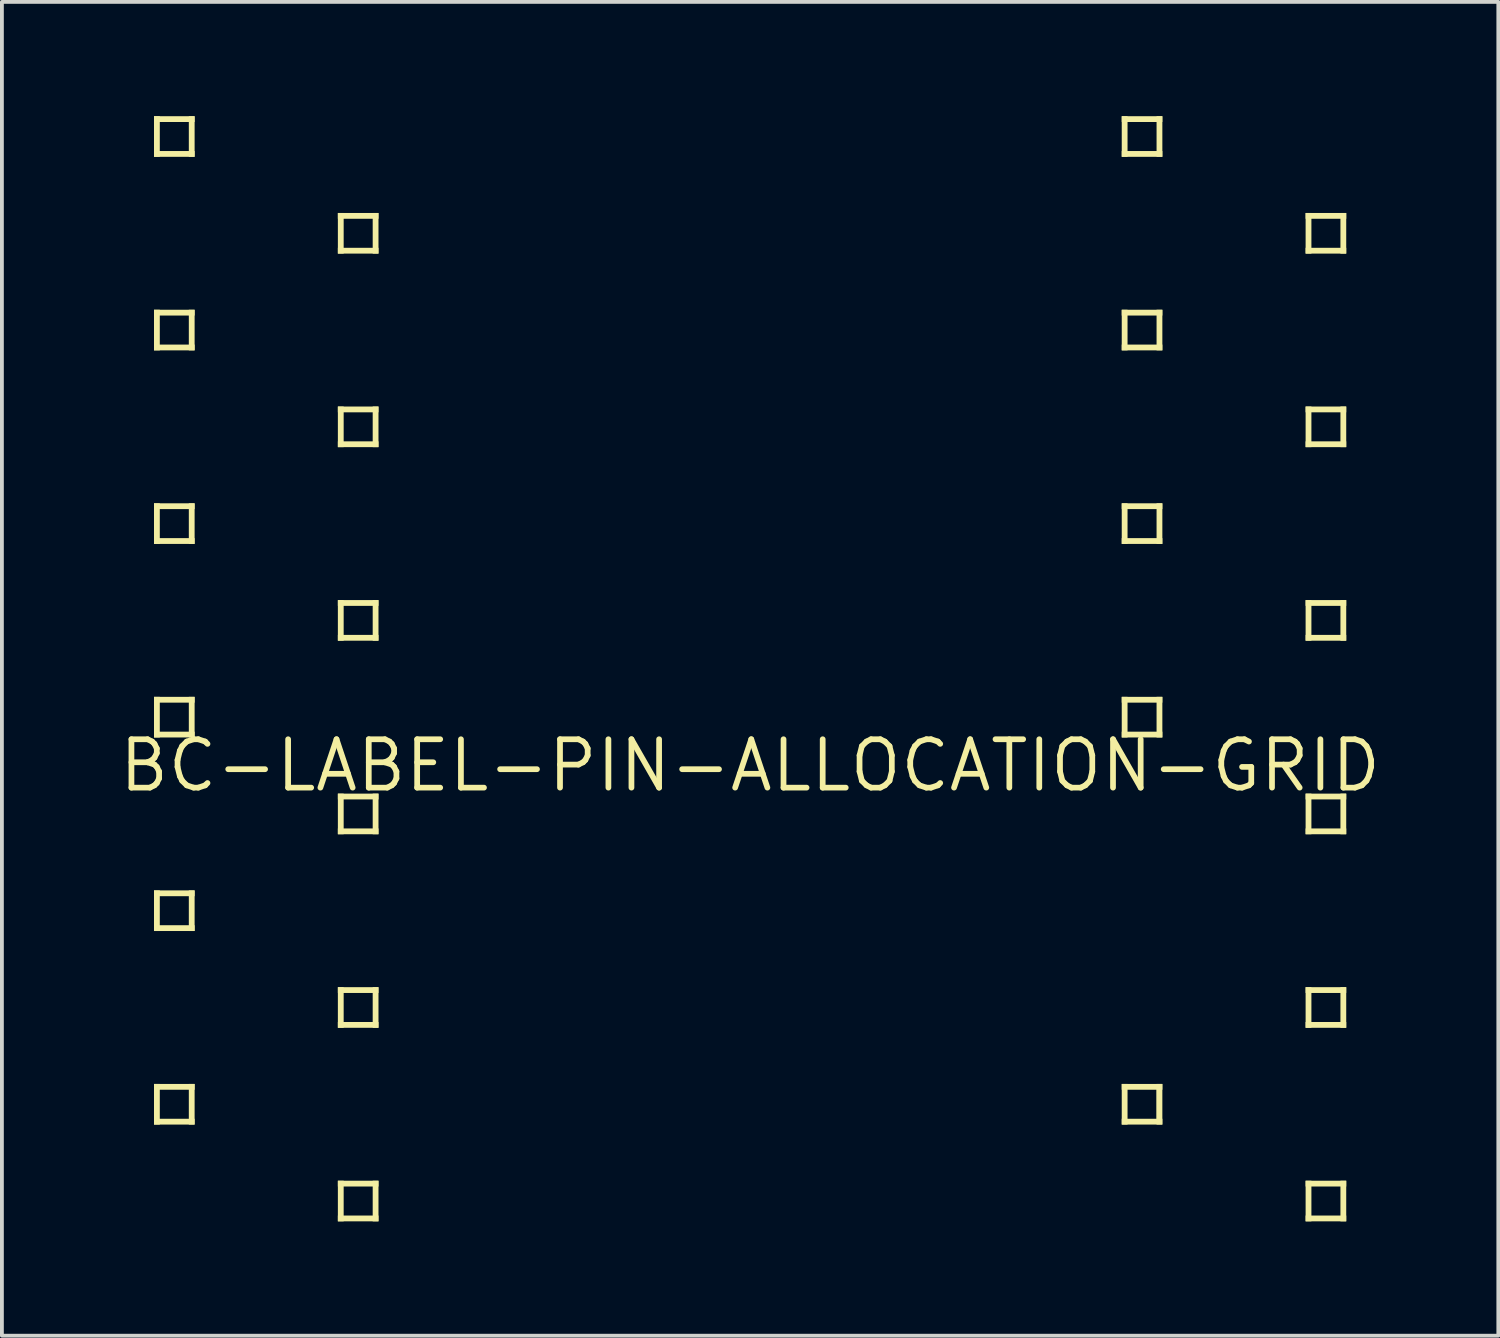
<source format=kicad_pcb>
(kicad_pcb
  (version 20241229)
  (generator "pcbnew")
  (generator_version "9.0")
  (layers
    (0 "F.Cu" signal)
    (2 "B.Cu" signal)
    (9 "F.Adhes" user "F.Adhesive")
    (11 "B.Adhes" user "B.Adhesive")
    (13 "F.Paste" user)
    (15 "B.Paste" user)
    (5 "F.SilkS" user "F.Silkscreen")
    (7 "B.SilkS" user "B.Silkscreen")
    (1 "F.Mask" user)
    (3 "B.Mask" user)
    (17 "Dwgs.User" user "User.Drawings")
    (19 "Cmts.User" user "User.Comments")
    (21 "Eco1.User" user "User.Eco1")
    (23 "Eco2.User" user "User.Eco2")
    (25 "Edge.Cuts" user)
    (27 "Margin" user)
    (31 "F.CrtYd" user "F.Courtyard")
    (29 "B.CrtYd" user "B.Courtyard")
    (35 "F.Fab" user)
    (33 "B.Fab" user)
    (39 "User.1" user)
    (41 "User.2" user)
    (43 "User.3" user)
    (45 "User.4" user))
  (footprint "BC-LABEL-PIN-ALLOCATION-GRID"
    (layer "F.Cu")
    (at 16.638 17.043)
    (property "Reference" "BC-LABEL-PIN-ALLOCATION-GRID" (at 0 0 0) (unlocked yes) (layer "F.SilkS") (effects (font (size 1.27 1.27) (thickness 0.15))))
    (fp_poly (pts (xy -15.494 -17.043) (xy -15.646 -17.043) (xy -15.646 -15.977) (xy -15.494 -15.977)) (stroke (width 0) (type default)) (fill yes) (layer "F.SilkS"))
    (fp_poly (pts (xy -15.494 -11.963) (xy -15.646 -11.963) (xy -15.646 -10.897) (xy -15.494 -10.897)) (stroke (width 0) (type default)) (fill yes) (layer "F.SilkS"))
    (fp_poly (pts (xy -15.494 -6.883) (xy -15.646 -6.883) (xy -15.646 -5.817) (xy -15.494 -5.817)) (stroke (width 0) (type default)) (fill yes) (layer "F.SilkS"))
    (fp_poly (pts (xy -15.494 -1.803) (xy -15.646 -1.803) (xy -15.646 -0.737) (xy -15.494 -0.737)) (stroke (width 0) (type default)) (fill yes) (layer "F.SilkS"))
    (fp_poly (pts (xy -15.494 3.277) (xy -15.646 3.277) (xy -15.646 4.343) (xy -15.494 4.343)) (stroke (width 0) (type default)) (fill yes) (layer "F.SilkS"))
    (fp_poly (pts (xy -15.494 8.357) (xy -15.646 8.357) (xy -15.646 9.423) (xy -15.494 9.423)) (stroke (width 0) (type default)) (fill yes) (layer "F.SilkS"))
    (fp_poly (pts (xy -14.58 -17.043) (xy -15.646 -17.043) (xy -15.646 -16.891) (xy -14.58 -16.891)) (stroke (width 0) (type default)) (fill yes) (layer "F.SilkS"))
    (fp_poly (pts (xy -14.58 -17.043) (xy -14.732 -17.043) (xy -14.732 -15.977) (xy -14.58 -15.977)) (stroke (width 0) (type default)) (fill yes) (layer "F.SilkS"))
    (fp_poly (pts (xy -14.58 -16.129) (xy -15.646 -16.129) (xy -15.646 -15.977) (xy -14.58 -15.977)) (stroke (width 0) (type default)) (fill yes) (layer "F.SilkS"))
    (fp_poly (pts (xy -14.58 -11.963) (xy -15.646 -11.963) (xy -15.646 -11.811) (xy -14.58 -11.811)) (stroke (width 0) (type default)) (fill yes) (layer "F.SilkS"))
    (fp_poly (pts (xy -14.58 -11.963) (xy -14.732 -11.963) (xy -14.732 -10.897) (xy -14.58 -10.897)) (stroke (width 0) (type default)) (fill yes) (layer "F.SilkS"))
    (fp_poly (pts (xy -14.58 -11.049) (xy -15.646 -11.049) (xy -15.646 -10.897) (xy -14.58 -10.897)) (stroke (width 0) (type default)) (fill yes) (layer "F.SilkS"))
    (fp_poly (pts (xy -14.58 -6.883) (xy -15.646 -6.883) (xy -15.646 -6.731) (xy -14.58 -6.731)) (stroke (width 0) (type default)) (fill yes) (layer "F.SilkS"))
    (fp_poly (pts (xy -14.58 -6.883) (xy -14.732 -6.883) (xy -14.732 -5.817) (xy -14.58 -5.817)) (stroke (width 0) (type default)) (fill yes) (layer "F.SilkS"))
    (fp_poly (pts (xy -14.58 -5.969) (xy -15.646 -5.969) (xy -15.646 -5.817) (xy -14.58 -5.817)) (stroke (width 0) (type default)) (fill yes) (layer "F.SilkS"))
    (fp_poly (pts (xy -14.58 -1.803) (xy -15.646 -1.803) (xy -15.646 -1.651) (xy -14.58 -1.651)) (stroke (width 0) (type default)) (fill yes) (layer "F.SilkS"))
    (fp_poly (pts (xy -14.58 -1.803) (xy -14.732 -1.803) (xy -14.732 -0.737) (xy -14.58 -0.737)) (stroke (width 0) (type default)) (fill yes) (layer "F.SilkS"))
    (fp_poly (pts (xy -14.58 -0.889) (xy -15.646 -0.889) (xy -15.646 -0.737) (xy -14.58 -0.737)) (stroke (width 0) (type default)) (fill yes) (layer "F.SilkS"))
    (fp_poly (pts (xy -14.58 3.277) (xy -15.646 3.277) (xy -15.646 3.429) (xy -14.58 3.429)) (stroke (width 0) (type default)) (fill yes) (layer "F.SilkS"))
    (fp_poly (pts (xy -14.58 3.277) (xy -14.732 3.277) (xy -14.732 4.343) (xy -14.58 4.343)) (stroke (width 0) (type default)) (fill yes) (layer "F.SilkS"))
    (fp_poly (pts (xy -14.58 4.191) (xy -15.646 4.191) (xy -15.646 4.343) (xy -14.58 4.343)) (stroke (width 0) (type default)) (fill yes) (layer "F.SilkS"))
    (fp_poly (pts (xy -14.58 8.357) (xy -15.646 8.357) (xy -15.646 8.509) (xy -14.58 8.509)) (stroke (width 0) (type default)) (fill yes) (layer "F.SilkS"))
    (fp_poly (pts (xy -14.58 8.357) (xy -14.732 8.357) (xy -14.732 9.423) (xy -14.58 9.423)) (stroke (width 0) (type default)) (fill yes) (layer "F.SilkS"))
    (fp_poly (pts (xy -14.58 9.271) (xy -15.646 9.271) (xy -15.646 9.423) (xy -14.58 9.423)) (stroke (width 0) (type default)) (fill yes) (layer "F.SilkS"))
    (fp_poly (pts (xy -10.82 -14.351) (xy -9.754 -14.351) (xy -9.754 -14.503) (xy -10.82 -14.503)) (stroke (width 0) (type default)) (fill yes) (layer "F.SilkS"))
    (fp_poly (pts (xy -10.82 -13.437) (xy -10.668 -13.437) (xy -10.668 -14.503) (xy -10.82 -14.503)) (stroke (width 0) (type default)) (fill yes) (layer "F.SilkS"))
    (fp_poly (pts (xy -10.82 -13.437) (xy -9.754 -13.437) (xy -9.754 -13.589) (xy -10.82 -13.589)) (stroke (width 0) (type default)) (fill yes) (layer "F.SilkS"))
    (fp_poly (pts (xy -10.82 -9.271) (xy -9.754 -9.271) (xy -9.754 -9.423) (xy -10.82 -9.423)) (stroke (width 0) (type default)) (fill yes) (layer "F.SilkS"))
    (fp_poly (pts (xy -10.82 -8.357) (xy -10.668 -8.357) (xy -10.668 -9.423) (xy -10.82 -9.423)) (stroke (width 0) (type default)) (fill yes) (layer "F.SilkS"))
    (fp_poly (pts (xy -10.82 -8.357) (xy -9.754 -8.357) (xy -9.754 -8.509) (xy -10.82 -8.509)) (stroke (width 0) (type default)) (fill yes) (layer "F.SilkS"))
    (fp_poly (pts (xy -10.82 -4.191) (xy -9.754 -4.191) (xy -9.754 -4.343) (xy -10.82 -4.343)) (stroke (width 0) (type default)) (fill yes) (layer "F.SilkS"))
    (fp_poly (pts (xy -10.82 -3.277) (xy -10.668 -3.277) (xy -10.668 -4.343) (xy -10.82 -4.343)) (stroke (width 0) (type default)) (fill yes) (layer "F.SilkS"))
    (fp_poly (pts (xy -10.82 -3.277) (xy -9.754 -3.277) (xy -9.754 -3.429) (xy -10.82 -3.429)) (stroke (width 0) (type default)) (fill yes) (layer "F.SilkS"))
    (fp_poly (pts (xy -10.82 0.889) (xy -9.754 0.889) (xy -9.754 0.737) (xy -10.82 0.737)) (stroke (width 0) (type default)) (fill yes) (layer "F.SilkS"))
    (fp_poly (pts (xy -10.82 1.803) (xy -10.668 1.803) (xy -10.668 0.737) (xy -10.82 0.737)) (stroke (width 0) (type default)) (fill yes) (layer "F.SilkS"))
    (fp_poly (pts (xy -10.82 1.803) (xy -9.754 1.803) (xy -9.754 1.651) (xy -10.82 1.651)) (stroke (width 0) (type default)) (fill yes) (layer "F.SilkS"))
    (fp_poly (pts (xy -10.82 5.969) (xy -9.754 5.969) (xy -9.754 5.817) (xy -10.82 5.817)) (stroke (width 0) (type default)) (fill yes) (layer "F.SilkS"))
    (fp_poly (pts (xy -10.82 6.883) (xy -10.668 6.883) (xy -10.668 5.817) (xy -10.82 5.817)) (stroke (width 0) (type default)) (fill yes) (layer "F.SilkS"))
    (fp_poly (pts (xy -10.82 6.883) (xy -9.754 6.883) (xy -9.754 6.731) (xy -10.82 6.731)) (stroke (width 0) (type default)) (fill yes) (layer "F.SilkS"))
    (fp_poly (pts (xy -10.82 11.049) (xy -9.754 11.049) (xy -9.754 10.897) (xy -10.82 10.897)) (stroke (width 0) (type default)) (fill yes) (layer "F.SilkS"))
    (fp_poly (pts (xy -10.82 11.963) (xy -10.668 11.963) (xy -10.668 10.897) (xy -10.82 10.897)) (stroke (width 0) (type default)) (fill yes) (layer "F.SilkS"))
    (fp_poly (pts (xy -10.82 11.963) (xy -9.754 11.963) (xy -9.754 11.811) (xy -10.82 11.811)) (stroke (width 0) (type default)) (fill yes) (layer "F.SilkS"))
    (fp_poly (pts (xy -9.906 -13.437) (xy -9.754 -13.437) (xy -9.754 -14.503) (xy -9.906 -14.503)) (stroke (width 0) (type default)) (fill yes) (layer "F.SilkS"))
    (fp_poly (pts (xy -9.906 -8.357) (xy -9.754 -8.357) (xy -9.754 -9.423) (xy -9.906 -9.423)) (stroke (width 0) (type default)) (fill yes) (layer "F.SilkS"))
    (fp_poly (pts (xy -9.906 -3.277) (xy -9.754 -3.277) (xy -9.754 -4.343) (xy -9.906 -4.343)) (stroke (width 0) (type default)) (fill yes) (layer "F.SilkS"))
    (fp_poly (pts (xy -9.906 1.803) (xy -9.754 1.803) (xy -9.754 0.737) (xy -9.906 0.737)) (stroke (width 0) (type default)) (fill yes) (layer "F.SilkS"))
    (fp_poly (pts (xy -9.906 6.883) (xy -9.754 6.883) (xy -9.754 5.817) (xy -9.906 5.817)) (stroke (width 0) (type default)) (fill yes) (layer "F.SilkS"))
    (fp_poly (pts (xy -9.906 11.963) (xy -9.754 11.963) (xy -9.754 10.897) (xy -9.906 10.897)) (stroke (width 0) (type default)) (fill yes) (layer "F.SilkS"))
    (fp_poly (pts (xy 9.906 -17.043) (xy 9.754 -17.043) (xy 9.754 -15.977) (xy 9.906 -15.977)) (stroke (width 0) (type default)) (fill yes) (layer "F.SilkS"))
    (fp_poly (pts (xy 9.906 -11.963) (xy 9.754 -11.963) (xy 9.754 -10.897) (xy 9.906 -10.897)) (stroke (width 0) (type default)) (fill yes) (layer "F.SilkS"))
    (fp_poly (pts (xy 9.906 -6.883) (xy 9.754 -6.883) (xy 9.754 -5.817) (xy 9.906 -5.817)) (stroke (width 0) (type default)) (fill yes) (layer "F.SilkS"))
    (fp_poly (pts (xy 9.906 -1.803) (xy 9.754 -1.803) (xy 9.754 -0.737) (xy 9.906 -0.737)) (stroke (width 0) (type default)) (fill yes) (layer "F.SilkS"))
    (fp_poly (pts (xy 9.906 8.357) (xy 9.754 8.357) (xy 9.754 9.423) (xy 9.906 9.423)) (stroke (width 0) (type default)) (fill yes) (layer "F.SilkS"))
    (fp_poly (pts (xy 10.668 9.398) (xy 10.795 9.398) (xy 10.795 8.382) (xy 10.668 8.382)) (stroke (width 0) (type default)) (fill yes) (layer "F.SilkS"))
    (fp_poly (pts (xy 10.82 -17.043) (xy 9.754 -17.043) (xy 9.754 -16.891) (xy 10.82 -16.891)) (stroke (width 0) (type default)) (fill yes) (layer "F.SilkS"))
    (fp_poly (pts (xy 10.82 -17.043) (xy 10.668 -17.043) (xy 10.668 -15.977) (xy 10.82 -15.977)) (stroke (width 0) (type default)) (fill yes) (layer "F.SilkS"))
    (fp_poly (pts (xy 10.82 -16.129) (xy 9.754 -16.129) (xy 9.754 -15.977) (xy 10.82 -15.977)) (stroke (width 0) (type default)) (fill yes) (layer "F.SilkS"))
    (fp_poly (pts (xy 10.82 -11.963) (xy 9.754 -11.963) (xy 9.754 -11.811) (xy 10.82 -11.811)) (stroke (width 0) (type default)) (fill yes) (layer "F.SilkS"))
    (fp_poly (pts (xy 10.82 -11.963) (xy 10.668 -11.963) (xy 10.668 -10.897) (xy 10.82 -10.897)) (stroke (width 0) (type default)) (fill yes) (layer "F.SilkS"))
    (fp_poly (pts (xy 10.82 -11.049) (xy 9.754 -11.049) (xy 9.754 -10.897) (xy 10.82 -10.897)) (stroke (width 0) (type default)) (fill yes) (layer "F.SilkS"))
    (fp_poly (pts (xy 10.82 -6.883) (xy 9.754 -6.883) (xy 9.754 -6.731) (xy 10.82 -6.731)) (stroke (width 0) (type default)) (fill yes) (layer "F.SilkS"))
    (fp_poly (pts (xy 10.82 -6.883) (xy 10.668 -6.883) (xy 10.668 -5.817) (xy 10.82 -5.817)) (stroke (width 0) (type default)) (fill yes) (layer "F.SilkS"))
    (fp_poly (pts (xy 10.82 -5.969) (xy 9.754 -5.969) (xy 9.754 -5.817) (xy 10.82 -5.817)) (stroke (width 0) (type default)) (fill yes) (layer "F.SilkS"))
    (fp_poly (pts (xy 10.82 -1.803) (xy 9.754 -1.803) (xy 9.754 -1.651) (xy 10.82 -1.651)) (stroke (width 0) (type default)) (fill yes) (layer "F.SilkS"))
    (fp_poly (pts (xy 10.82 -1.803) (xy 10.668 -1.803) (xy 10.668 -0.737) (xy 10.82 -0.737)) (stroke (width 0) (type default)) (fill yes) (layer "F.SilkS"))
    (fp_poly (pts (xy 10.82 -0.889) (xy 9.754 -0.889) (xy 9.754 -0.737) (xy 10.82 -0.737)) (stroke (width 0) (type default)) (fill yes) (layer "F.SilkS"))
    (fp_poly (pts (xy 10.82 8.357) (xy 9.754 8.357) (xy 9.754 8.509) (xy 10.82 8.509)) (stroke (width 0) (type default)) (fill yes) (layer "F.SilkS"))
    (fp_poly (pts (xy 10.82 8.357) (xy 10.668 8.357) (xy 10.668 9.423) (xy 10.82 9.423)) (stroke (width 0) (type default)) (fill yes) (layer "F.SilkS"))
    (fp_poly (pts (xy 10.82 9.271) (xy 9.754 9.271) (xy 9.754 9.423) (xy 10.82 9.423)) (stroke (width 0) (type default)) (fill yes) (layer "F.SilkS"))
    (fp_poly (pts (xy 14.58 -14.351) (xy 15.646 -14.351) (xy 15.646 -14.503) (xy 14.58 -14.503)) (stroke (width 0) (type default)) (fill yes) (layer "F.SilkS"))
    (fp_poly (pts (xy 14.58 -13.437) (xy 14.732 -13.437) (xy 14.732 -14.503) (xy 14.58 -14.503)) (stroke (width 0) (type default)) (fill yes) (layer "F.SilkS"))
    (fp_poly (pts (xy 14.58 -13.437) (xy 15.646 -13.437) (xy 15.646 -13.589) (xy 14.58 -13.589)) (stroke (width 0) (type default)) (fill yes) (layer "F.SilkS"))
    (fp_poly (pts (xy 14.58 -9.271) (xy 15.646 -9.271) (xy 15.646 -9.423) (xy 14.58 -9.423)) (stroke (width 0) (type default)) (fill yes) (layer "F.SilkS"))
    (fp_poly (pts (xy 14.58 -8.357) (xy 14.732 -8.357) (xy 14.732 -9.423) (xy 14.58 -9.423)) (stroke (width 0) (type default)) (fill yes) (layer "F.SilkS"))
    (fp_poly (pts (xy 14.58 -8.357) (xy 15.646 -8.357) (xy 15.646 -8.509) (xy 14.58 -8.509)) (stroke (width 0) (type default)) (fill yes) (layer "F.SilkS"))
    (fp_poly (pts (xy 14.58 -4.191) (xy 15.646 -4.191) (xy 15.646 -4.343) (xy 14.58 -4.343)) (stroke (width 0) (type default)) (fill yes) (layer "F.SilkS"))
    (fp_poly (pts (xy 14.58 -3.277) (xy 14.732 -3.277) (xy 14.732 -4.343) (xy 14.58 -4.343)) (stroke (width 0) (type default)) (fill yes) (layer "F.SilkS"))
    (fp_poly (pts (xy 14.58 -3.277) (xy 15.646 -3.277) (xy 15.646 -3.429) (xy 14.58 -3.429)) (stroke (width 0) (type default)) (fill yes) (layer "F.SilkS"))
    (fp_poly (pts (xy 14.58 0.889) (xy 15.646 0.889) (xy 15.646 0.737) (xy 14.58 0.737)) (stroke (width 0) (type default)) (fill yes) (layer "F.SilkS"))
    (fp_poly (pts (xy 14.58 1.803) (xy 14.732 1.803) (xy 14.732 0.737) (xy 14.58 0.737)) (stroke (width 0) (type default)) (fill yes) (layer "F.SilkS"))
    (fp_poly (pts (xy 14.58 1.803) (xy 15.646 1.803) (xy 15.646 1.651) (xy 14.58 1.651)) (stroke (width 0) (type default)) (fill yes) (layer "F.SilkS"))
    (fp_poly (pts (xy 14.58 5.969) (xy 15.646 5.969) (xy 15.646 5.817) (xy 14.58 5.817)) (stroke (width 0) (type default)) (fill yes) (layer "F.SilkS"))
    (fp_poly (pts (xy 14.58 6.883) (xy 14.732 6.883) (xy 14.732 5.817) (xy 14.58 5.817)) (stroke (width 0) (type default)) (fill yes) (layer "F.SilkS"))
    (fp_poly (pts (xy 14.58 6.883) (xy 15.646 6.883) (xy 15.646 6.731) (xy 14.58 6.731)) (stroke (width 0) (type default)) (fill yes) (layer "F.SilkS"))
    (fp_poly (pts (xy 14.58 11.049) (xy 15.646 11.049) (xy 15.646 10.897) (xy 14.58 10.897)) (stroke (width 0) (type default)) (fill yes) (layer "F.SilkS"))
    (fp_poly (pts (xy 14.58 11.963) (xy 14.732 11.963) (xy 14.732 10.897) (xy 14.58 10.897)) (stroke (width 0) (type default)) (fill yes) (layer "F.SilkS"))
    (fp_poly (pts (xy 14.58 11.963) (xy 15.646 11.963) (xy 15.646 11.811) (xy 14.58 11.811)) (stroke (width 0) (type default)) (fill yes) (layer "F.SilkS"))
    (fp_poly (pts (xy 15.494 -13.437) (xy 15.646 -13.437) (xy 15.646 -14.503) (xy 15.494 -14.503)) (stroke (width 0) (type default)) (fill yes) (layer "F.SilkS"))
    (fp_poly (pts (xy 15.494 -8.357) (xy 15.646 -8.357) (xy 15.646 -9.423) (xy 15.494 -9.423)) (stroke (width 0) (type default)) (fill yes) (layer "F.SilkS"))
    (fp_poly (pts (xy 15.494 -3.277) (xy 15.646 -3.277) (xy 15.646 -4.343) (xy 15.494 -4.343)) (stroke (width 0) (type default)) (fill yes) (layer "F.SilkS"))
    (fp_poly (pts (xy 15.494 1.803) (xy 15.646 1.803) (xy 15.646 0.737) (xy 15.494 0.737)) (stroke (width 0) (type default)) (fill yes) (layer "F.SilkS"))
    (fp_poly (pts (xy 15.494 6.883) (xy 15.646 6.883) (xy 15.646 5.817) (xy 15.494 5.817)) (stroke (width 0) (type default)) (fill yes) (layer "F.SilkS"))
    (fp_poly (pts (xy 15.494 11.963) (xy 15.646 11.963) (xy 15.646 10.897) (xy 15.494 10.897)) (stroke (width 0) (type default)) (fill yes) (layer "F.SilkS")))
  (gr_rect
    (start -3 -3)
    (end 36.276 32.007)
    (stroke (width 0.1) (type default))
    (fill no)
    (layer "Edge.Cuts")))
</source>
